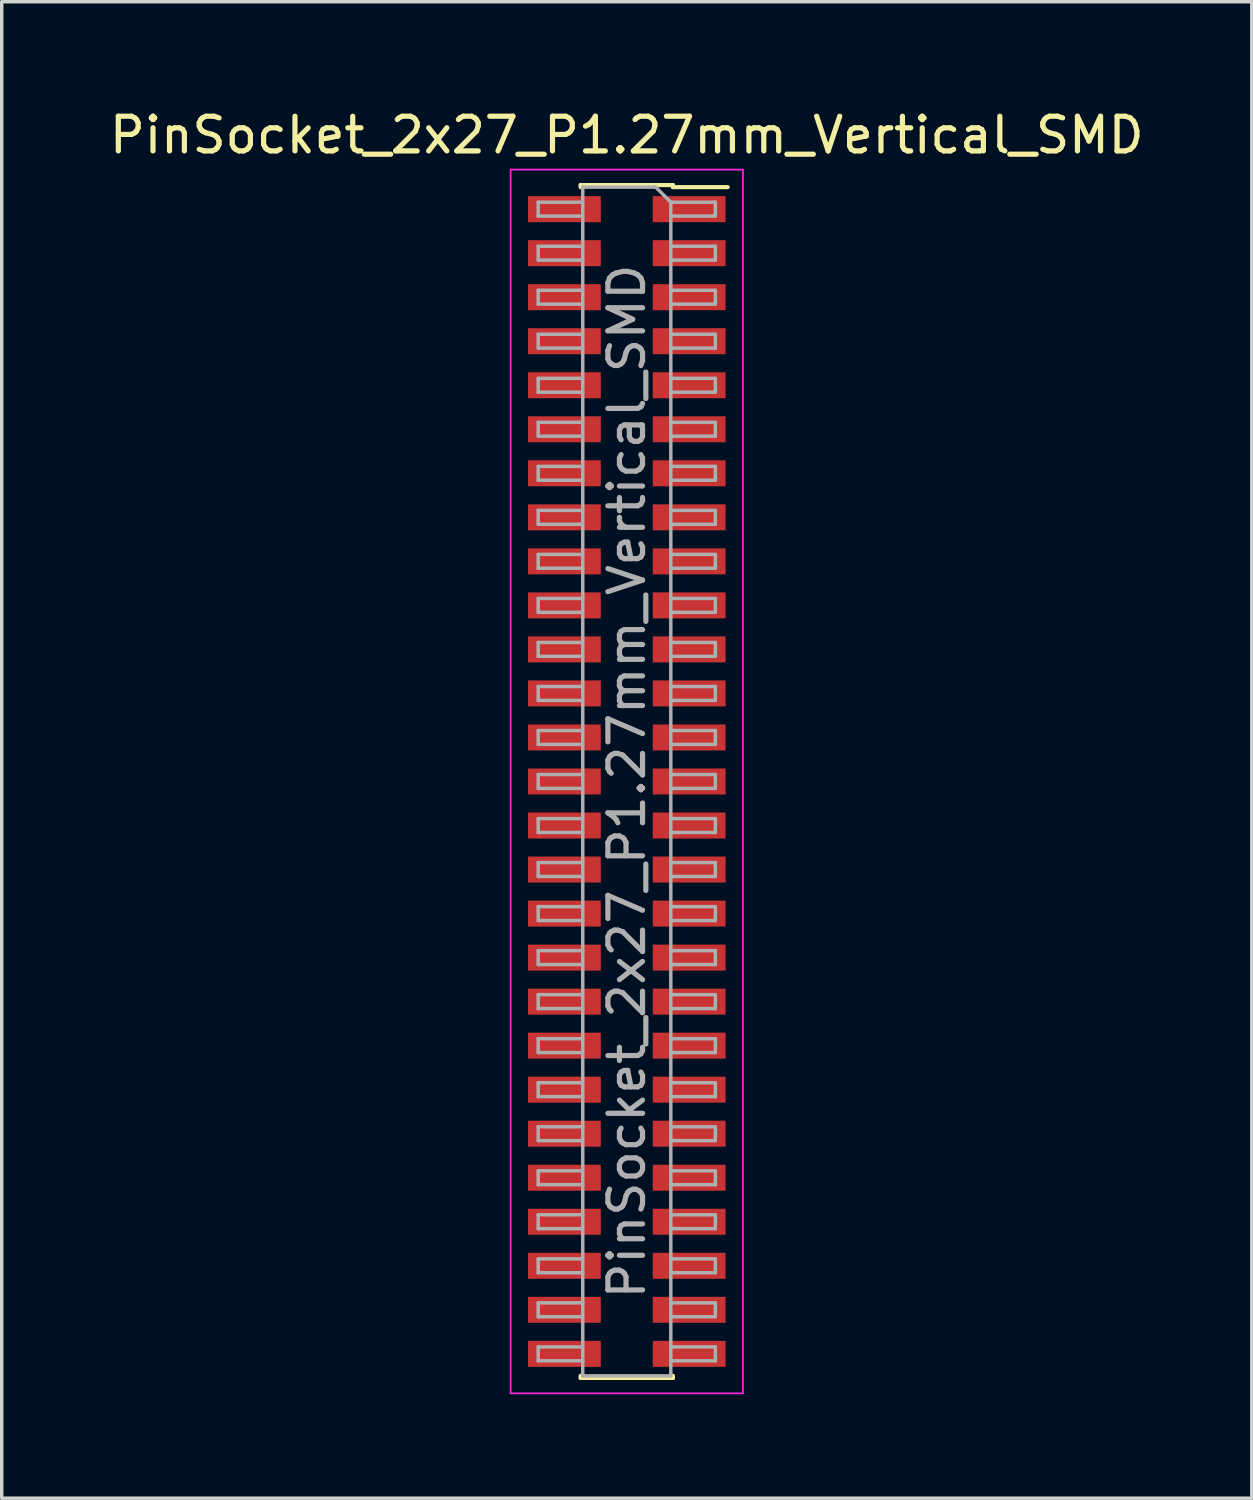
<source format=kicad_pcb>
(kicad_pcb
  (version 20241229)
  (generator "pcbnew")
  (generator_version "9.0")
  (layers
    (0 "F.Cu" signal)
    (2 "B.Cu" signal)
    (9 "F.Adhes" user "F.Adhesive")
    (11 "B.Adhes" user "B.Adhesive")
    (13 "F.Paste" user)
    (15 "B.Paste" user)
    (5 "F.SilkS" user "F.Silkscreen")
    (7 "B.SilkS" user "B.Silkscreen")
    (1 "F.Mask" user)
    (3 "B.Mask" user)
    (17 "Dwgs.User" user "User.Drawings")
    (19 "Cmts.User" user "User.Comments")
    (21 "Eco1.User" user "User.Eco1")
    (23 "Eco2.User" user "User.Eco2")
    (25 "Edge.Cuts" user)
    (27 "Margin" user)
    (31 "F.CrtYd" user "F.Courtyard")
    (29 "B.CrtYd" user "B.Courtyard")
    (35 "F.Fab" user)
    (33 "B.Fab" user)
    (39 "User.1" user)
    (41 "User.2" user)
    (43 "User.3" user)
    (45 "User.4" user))
  (footprint "PinSocket_2x27_P1.27mm_Vertical_SMD"
    (layer "F.Cu")
    (at 15.03 19.493)
    (property "Reference" "PinSocket_2x27_P1.27mm_Vertical_SMD" (at 0 -18.645 0) (layer "F.SilkS") (effects (font (size 1 1) (thickness 0.15))))
    (attr smd)
    (fp_line (start -1.33 -17.205) (end 1.33 -17.205) (stroke (width 0.12) (type solid)) (layer "F.SilkS"))
    (fp_line (start -1.33 -17.145) (end -1.33 -17.205) (stroke (width 0.12) (type solid)) (layer "F.SilkS"))
    (fp_line (start -1.33 17.205) (end -1.33 17.145) (stroke (width 0.12) (type solid)) (layer "F.SilkS"))
    (fp_line (start 1.33 -17.205) (end 1.33 -17.145) (stroke (width 0.12) (type solid)) (layer "F.SilkS"))
    (fp_line (start 1.33 -17.145) (end 2.91 -17.145) (stroke (width 0.12) (type solid)) (layer "F.SilkS"))
    (fp_line (start 1.33 17.145) (end 1.33 17.205) (stroke (width 0.12) (type solid)) (layer "F.SilkS"))
    (fp_line (start 1.33 17.205) (end -1.33 17.205) (stroke (width 0.12) (type solid)) (layer "F.SilkS"))
    (fp_line (start -3.35 -17.65) (end 3.35 -17.65) (stroke (width 0.05) (type solid)) (layer "F.CrtYd"))
    (fp_line (start -3.35 17.65) (end -3.35 -17.65) (stroke (width 0.05) (type solid)) (layer "F.CrtYd"))
    (fp_line (start 3.35 -17.65) (end 3.35 17.65) (stroke (width 0.05) (type solid)) (layer "F.CrtYd"))
    (fp_line (start 3.35 17.65) (end -3.35 17.65) (stroke (width 0.05) (type solid)) (layer "F.CrtYd"))
    (fp_line (start -2.555 -16.71) (end -1.27 -16.71) (stroke (width 0.1) (type solid)) (layer "F.Fab"))
    (fp_line (start -2.555 -16.31) (end -2.555 -16.71) (stroke (width 0.1) (type solid)) (layer "F.Fab"))
    (fp_line (start -2.555 -15.44) (end -1.27 -15.44) (stroke (width 0.1) (type solid)) (layer "F.Fab"))
    (fp_line (start -2.555 -15.04) (end -2.555 -15.44) (stroke (width 0.1) (type solid)) (layer "F.Fab"))
    (fp_line (start -2.555 -14.17) (end -1.27 -14.17) (stroke (width 0.1) (type solid)) (layer "F.Fab"))
    (fp_line (start -2.555 -13.77) (end -2.555 -14.17) (stroke (width 0.1) (type solid)) (layer "F.Fab"))
    (fp_line (start -2.555 -12.9) (end -1.27 -12.9) (stroke (width 0.1) (type solid)) (layer "F.Fab"))
    (fp_line (start -2.555 -12.5) (end -2.555 -12.9) (stroke (width 0.1) (type solid)) (layer "F.Fab"))
    (fp_line (start -2.555 -11.63) (end -1.27 -11.63) (stroke (width 0.1) (type solid)) (layer "F.Fab"))
    (fp_line (start -2.555 -11.23) (end -2.555 -11.63) (stroke (width 0.1) (type solid)) (layer "F.Fab"))
    (fp_line (start -2.555 -10.36) (end -1.27 -10.36) (stroke (width 0.1) (type solid)) (layer "F.Fab"))
    (fp_line (start -2.555 -9.96) (end -2.555 -10.36) (stroke (width 0.1) (type solid)) (layer "F.Fab"))
    (fp_line (start -2.555 -9.09) (end -1.27 -9.09) (stroke (width 0.1) (type solid)) (layer "F.Fab"))
    (fp_line (start -2.555 -8.69) (end -2.555 -9.09) (stroke (width 0.1) (type solid)) (layer "F.Fab"))
    (fp_line (start -2.555 -7.82) (end -1.27 -7.82) (stroke (width 0.1) (type solid)) (layer "F.Fab"))
    (fp_line (start -2.555 -7.42) (end -2.555 -7.82) (stroke (width 0.1) (type solid)) (layer "F.Fab"))
    (fp_line (start -2.555 -6.55) (end -1.27 -6.55) (stroke (width 0.1) (type solid)) (layer "F.Fab"))
    (fp_line (start -2.555 -6.15) (end -2.555 -6.55) (stroke (width 0.1) (type solid)) (layer "F.Fab"))
    (fp_line (start -2.555 -5.28) (end -1.27 -5.28) (stroke (width 0.1) (type solid)) (layer "F.Fab"))
    (fp_line (start -2.555 -4.88) (end -2.555 -5.28) (stroke (width 0.1) (type solid)) (layer "F.Fab"))
    (fp_line (start -2.555 -4.01) (end -1.27 -4.01) (stroke (width 0.1) (type solid)) (layer "F.Fab"))
    (fp_line (start -2.555 -3.61) (end -2.555 -4.01) (stroke (width 0.1) (type solid)) (layer "F.Fab"))
    (fp_line (start -2.555 -2.74) (end -1.27 -2.74) (stroke (width 0.1) (type solid)) (layer "F.Fab"))
    (fp_line (start -2.555 -2.34) (end -2.555 -2.74) (stroke (width 0.1) (type solid)) (layer "F.Fab"))
    (fp_line (start -2.555 -1.47) (end -1.27 -1.47) (stroke (width 0.1) (type solid)) (layer "F.Fab"))
    (fp_line (start -2.555 -1.07) (end -2.555 -1.47) (stroke (width 0.1) (type solid)) (layer "F.Fab"))
    (fp_line (start -2.555 -0.2) (end -1.27 -0.2) (stroke (width 0.1) (type solid)) (layer "F.Fab"))
    (fp_line (start -2.555 0.2) (end -2.555 -0.2) (stroke (width 0.1) (type solid)) (layer "F.Fab"))
    (fp_line (start -2.555 1.07) (end -1.27 1.07) (stroke (width 0.1) (type solid)) (layer "F.Fab"))
    (fp_line (start -2.555 1.47) (end -2.555 1.07) (stroke (width 0.1) (type solid)) (layer "F.Fab"))
    (fp_line (start -2.555 2.34) (end -1.27 2.34) (stroke (width 0.1) (type solid)) (layer "F.Fab"))
    (fp_line (start -2.555 2.74) (end -2.555 2.34) (stroke (width 0.1) (type solid)) (layer "F.Fab"))
    (fp_line (start -2.555 3.61) (end -1.27 3.61) (stroke (width 0.1) (type solid)) (layer "F.Fab"))
    (fp_line (start -2.555 4.01) (end -2.555 3.61) (stroke (width 0.1) (type solid)) (layer "F.Fab"))
    (fp_line (start -2.555 4.88) (end -1.27 4.88) (stroke (width 0.1) (type solid)) (layer "F.Fab"))
    (fp_line (start -2.555 5.28) (end -2.555 4.88) (stroke (width 0.1) (type solid)) (layer "F.Fab"))
    (fp_line (start -2.555 6.15) (end -1.27 6.15) (stroke (width 0.1) (type solid)) (layer "F.Fab"))
    (fp_line (start -2.555 6.55) (end -2.555 6.15) (stroke (width 0.1) (type solid)) (layer "F.Fab"))
    (fp_line (start -2.555 7.42) (end -1.27 7.42) (stroke (width 0.1) (type solid)) (layer "F.Fab"))
    (fp_line (start -2.555 7.82) (end -2.555 7.42) (stroke (width 0.1) (type solid)) (layer "F.Fab"))
    (fp_line (start -2.555 8.69) (end -1.27 8.69) (stroke (width 0.1) (type solid)) (layer "F.Fab"))
    (fp_line (start -2.555 9.09) (end -2.555 8.69) (stroke (width 0.1) (type solid)) (layer "F.Fab"))
    (fp_line (start -2.555 9.96) (end -1.27 9.96) (stroke (width 0.1) (type solid)) (layer "F.Fab"))
    (fp_line (start -2.555 10.36) (end -2.555 9.96) (stroke (width 0.1) (type solid)) (layer "F.Fab"))
    (fp_line (start -2.555 11.23) (end -1.27 11.23) (stroke (width 0.1) (type solid)) (layer "F.Fab"))
    (fp_line (start -2.555 11.63) (end -2.555 11.23) (stroke (width 0.1) (type solid)) (layer "F.Fab"))
    (fp_line (start -2.555 12.5) (end -1.27 12.5) (stroke (width 0.1) (type solid)) (layer "F.Fab"))
    (fp_line (start -2.555 12.9) (end -2.555 12.5) (stroke (width 0.1) (type solid)) (layer "F.Fab"))
    (fp_line (start -2.555 13.77) (end -1.27 13.77) (stroke (width 0.1) (type solid)) (layer "F.Fab"))
    (fp_line (start -2.555 14.17) (end -2.555 13.77) (stroke (width 0.1) (type solid)) (layer "F.Fab"))
    (fp_line (start -2.555 15.04) (end -1.27 15.04) (stroke (width 0.1) (type solid)) (layer "F.Fab"))
    (fp_line (start -2.555 15.44) (end -2.555 15.04) (stroke (width 0.1) (type solid)) (layer "F.Fab"))
    (fp_line (start -2.555 16.31) (end -1.27 16.31) (stroke (width 0.1) (type solid)) (layer "F.Fab"))
    (fp_line (start -2.555 16.71) (end -2.555 16.31) (stroke (width 0.1) (type solid)) (layer "F.Fab"))
    (fp_line (start -1.27 -17.145) (end 0.835 -17.145) (stroke (width 0.1) (type solid)) (layer "F.Fab"))
    (fp_line (start -1.27 -16.31) (end -2.555 -16.31) (stroke (width 0.1) (type solid)) (layer "F.Fab"))
    (fp_line (start -1.27 -15.04) (end -2.555 -15.04) (stroke (width 0.1) (type solid)) (layer "F.Fab"))
    (fp_line (start -1.27 -13.77) (end -2.555 -13.77) (stroke (width 0.1) (type solid)) (layer "F.Fab"))
    (fp_line (start -1.27 -12.5) (end -2.555 -12.5) (stroke (width 0.1) (type solid)) (layer "F.Fab"))
    (fp_line (start -1.27 -11.23) (end -2.555 -11.23) (stroke (width 0.1) (type solid)) (layer "F.Fab"))
    (fp_line (start -1.27 -9.96) (end -2.555 -9.96) (stroke (width 0.1) (type solid)) (layer "F.Fab"))
    (fp_line (start -1.27 -8.69) (end -2.555 -8.69) (stroke (width 0.1) (type solid)) (layer "F.Fab"))
    (fp_line (start -1.27 -7.42) (end -2.555 -7.42) (stroke (width 0.1) (type solid)) (layer "F.Fab"))
    (fp_line (start -1.27 -6.15) (end -2.555 -6.15) (stroke (width 0.1) (type solid)) (layer "F.Fab"))
    (fp_line (start -1.27 -4.88) (end -2.555 -4.88) (stroke (width 0.1) (type solid)) (layer "F.Fab"))
    (fp_line (start -1.27 -3.61) (end -2.555 -3.61) (stroke (width 0.1) (type solid)) (layer "F.Fab"))
    (fp_line (start -1.27 -2.34) (end -2.555 -2.34) (stroke (width 0.1) (type solid)) (layer "F.Fab"))
    (fp_line (start -1.27 -1.07) (end -2.555 -1.07) (stroke (width 0.1) (type solid)) (layer "F.Fab"))
    (fp_line (start -1.27 0.2) (end -2.555 0.2) (stroke (width 0.1) (type solid)) (layer "F.Fab"))
    (fp_line (start -1.27 1.47) (end -2.555 1.47) (stroke (width 0.1) (type solid)) (layer "F.Fab"))
    (fp_line (start -1.27 2.74) (end -2.555 2.74) (stroke (width 0.1) (type solid)) (layer "F.Fab"))
    (fp_line (start -1.27 4.01) (end -2.555 4.01) (stroke (width 0.1) (type solid)) (layer "F.Fab"))
    (fp_line (start -1.27 5.28) (end -2.555 5.28) (stroke (width 0.1) (type solid)) (layer "F.Fab"))
    (fp_line (start -1.27 6.55) (end -2.555 6.55) (stroke (width 0.1) (type solid)) (layer "F.Fab"))
    (fp_line (start -1.27 7.82) (end -2.555 7.82) (stroke (width 0.1) (type solid)) (layer "F.Fab"))
    (fp_line (start -1.27 9.09) (end -2.555 9.09) (stroke (width 0.1) (type solid)) (layer "F.Fab"))
    (fp_line (start -1.27 10.36) (end -2.555 10.36) (stroke (width 0.1) (type solid)) (layer "F.Fab"))
    (fp_line (start -1.27 11.63) (end -2.555 11.63) (stroke (width 0.1) (type solid)) (layer "F.Fab"))
    (fp_line (start -1.27 12.9) (end -2.555 12.9) (stroke (width 0.1) (type solid)) (layer "F.Fab"))
    (fp_line (start -1.27 14.17) (end -2.555 14.17) (stroke (width 0.1) (type solid)) (layer "F.Fab"))
    (fp_line (start -1.27 15.44) (end -2.555 15.44) (stroke (width 0.1) (type solid)) (layer "F.Fab"))
    (fp_line (start -1.27 16.71) (end -2.555 16.71) (stroke (width 0.1) (type solid)) (layer "F.Fab"))
    (fp_line (start -1.27 17.145) (end -1.27 -17.145) (stroke (width 0.1) (type solid)) (layer "F.Fab"))
    (fp_line (start 0.835 -17.145) (end 1.27 -16.71) (stroke (width 0.1) (type solid)) (layer "F.Fab"))
    (fp_line (start 1.27 -16.71) (end 1.27 17.145) (stroke (width 0.1) (type solid)) (layer "F.Fab"))
    (fp_line (start 1.27 -16.71) (end 2.555 -16.71) (stroke (width 0.1) (type solid)) (layer "F.Fab"))
    (fp_line (start 1.27 -15.44) (end 2.555 -15.44) (stroke (width 0.1) (type solid)) (layer "F.Fab"))
    (fp_line (start 1.27 -14.17) (end 2.555 -14.17) (stroke (width 0.1) (type solid)) (layer "F.Fab"))
    (fp_line (start 1.27 -12.9) (end 2.555 -12.9) (stroke (width 0.1) (type solid)) (layer "F.Fab"))
    (fp_line (start 1.27 -11.63) (end 2.555 -11.63) (stroke (width 0.1) (type solid)) (layer "F.Fab"))
    (fp_line (start 1.27 -10.36) (end 2.555 -10.36) (stroke (width 0.1) (type solid)) (layer "F.Fab"))
    (fp_line (start 1.27 -9.09) (end 2.555 -9.09) (stroke (width 0.1) (type solid)) (layer "F.Fab"))
    (fp_line (start 1.27 -7.82) (end 2.555 -7.82) (stroke (width 0.1) (type solid)) (layer "F.Fab"))
    (fp_line (start 1.27 -6.55) (end 2.555 -6.55) (stroke (width 0.1) (type solid)) (layer "F.Fab"))
    (fp_line (start 1.27 -5.28) (end 2.555 -5.28) (stroke (width 0.1) (type solid)) (layer "F.Fab"))
    (fp_line (start 1.27 -4.01) (end 2.555 -4.01) (stroke (width 0.1) (type solid)) (layer "F.Fab"))
    (fp_line (start 1.27 -2.74) (end 2.555 -2.74) (stroke (width 0.1) (type solid)) (layer "F.Fab"))
    (fp_line (start 1.27 -1.47) (end 2.555 -1.47) (stroke (width 0.1) (type solid)) (layer "F.Fab"))
    (fp_line (start 1.27 -0.2) (end 2.555 -0.2) (stroke (width 0.1) (type solid)) (layer "F.Fab"))
    (fp_line (start 1.27 1.07) (end 2.555 1.07) (stroke (width 0.1) (type solid)) (layer "F.Fab"))
    (fp_line (start 1.27 2.34) (end 2.555 2.34) (stroke (width 0.1) (type solid)) (layer "F.Fab"))
    (fp_line (start 1.27 3.61) (end 2.555 3.61) (stroke (width 0.1) (type solid)) (layer "F.Fab"))
    (fp_line (start 1.27 4.88) (end 2.555 4.88) (stroke (width 0.1) (type solid)) (layer "F.Fab"))
    (fp_line (start 1.27 6.15) (end 2.555 6.15) (stroke (width 0.1) (type solid)) (layer "F.Fab"))
    (fp_line (start 1.27 7.42) (end 2.555 7.42) (stroke (width 0.1) (type solid)) (layer "F.Fab"))
    (fp_line (start 1.27 8.69) (end 2.555 8.69) (stroke (width 0.1) (type solid)) (layer "F.Fab"))
    (fp_line (start 1.27 9.96) (end 2.555 9.96) (stroke (width 0.1) (type solid)) (layer "F.Fab"))
    (fp_line (start 1.27 11.23) (end 2.555 11.23) (stroke (width 0.1) (type solid)) (layer "F.Fab"))
    (fp_line (start 1.27 12.5) (end 2.555 12.5) (stroke (width 0.1) (type solid)) (layer "F.Fab"))
    (fp_line (start 1.27 13.77) (end 2.555 13.77) (stroke (width 0.1) (type solid)) (layer "F.Fab"))
    (fp_line (start 1.27 15.04) (end 2.555 15.04) (stroke (width 0.1) (type solid)) (layer "F.Fab"))
    (fp_line (start 1.27 16.31) (end 2.555 16.31) (stroke (width 0.1) (type solid)) (layer "F.Fab"))
    (fp_line (start 1.27 17.145) (end -1.27 17.145) (stroke (width 0.1) (type solid)) (layer "F.Fab"))
    (fp_line (start 2.555 -16.71) (end 2.555 -16.31) (stroke (width 0.1) (type solid)) (layer "F.Fab"))
    (fp_line (start 2.555 -16.31) (end 1.27 -16.31) (stroke (width 0.1) (type solid)) (layer "F.Fab"))
    (fp_line (start 2.555 -15.44) (end 2.555 -15.04) (stroke (width 0.1) (type solid)) (layer "F.Fab"))
    (fp_line (start 2.555 -15.04) (end 1.27 -15.04) (stroke (width 0.1) (type solid)) (layer "F.Fab"))
    (fp_line (start 2.555 -14.17) (end 2.555 -13.77) (stroke (width 0.1) (type solid)) (layer "F.Fab"))
    (fp_line (start 2.555 -13.77) (end 1.27 -13.77) (stroke (width 0.1) (type solid)) (layer "F.Fab"))
    (fp_line (start 2.555 -12.9) (end 2.555 -12.5) (stroke (width 0.1) (type solid)) (layer "F.Fab"))
    (fp_line (start 2.555 -12.5) (end 1.27 -12.5) (stroke (width 0.1) (type solid)) (layer "F.Fab"))
    (fp_line (start 2.555 -11.63) (end 2.555 -11.23) (stroke (width 0.1) (type solid)) (layer "F.Fab"))
    (fp_line (start 2.555 -11.23) (end 1.27 -11.23) (stroke (width 0.1) (type solid)) (layer "F.Fab"))
    (fp_line (start 2.555 -10.36) (end 2.555 -9.96) (stroke (width 0.1) (type solid)) (layer "F.Fab"))
    (fp_line (start 2.555 -9.96) (end 1.27 -9.96) (stroke (width 0.1) (type solid)) (layer "F.Fab"))
    (fp_line (start 2.555 -9.09) (end 2.555 -8.69) (stroke (width 0.1) (type solid)) (layer "F.Fab"))
    (fp_line (start 2.555 -8.69) (end 1.27 -8.69) (stroke (width 0.1) (type solid)) (layer "F.Fab"))
    (fp_line (start 2.555 -7.82) (end 2.555 -7.42) (stroke (width 0.1) (type solid)) (layer "F.Fab"))
    (fp_line (start 2.555 -7.42) (end 1.27 -7.42) (stroke (width 0.1) (type solid)) (layer "F.Fab"))
    (fp_line (start 2.555 -6.55) (end 2.555 -6.15) (stroke (width 0.1) (type solid)) (layer "F.Fab"))
    (fp_line (start 2.555 -6.15) (end 1.27 -6.15) (stroke (width 0.1) (type solid)) (layer "F.Fab"))
    (fp_line (start 2.555 -5.28) (end 2.555 -4.88) (stroke (width 0.1) (type solid)) (layer "F.Fab"))
    (fp_line (start 2.555 -4.88) (end 1.27 -4.88) (stroke (width 0.1) (type solid)) (layer "F.Fab"))
    (fp_line (start 2.555 -4.01) (end 2.555 -3.61) (stroke (width 0.1) (type solid)) (layer "F.Fab"))
    (fp_line (start 2.555 -3.61) (end 1.27 -3.61) (stroke (width 0.1) (type solid)) (layer "F.Fab"))
    (fp_line (start 2.555 -2.74) (end 2.555 -2.34) (stroke (width 0.1) (type solid)) (layer "F.Fab"))
    (fp_line (start 2.555 -2.34) (end 1.27 -2.34) (stroke (width 0.1) (type solid)) (layer "F.Fab"))
    (fp_line (start 2.555 -1.47) (end 2.555 -1.07) (stroke (width 0.1) (type solid)) (layer "F.Fab"))
    (fp_line (start 2.555 -1.07) (end 1.27 -1.07) (stroke (width 0.1) (type solid)) (layer "F.Fab"))
    (fp_line (start 2.555 -0.2) (end 2.555 0.2) (stroke (width 0.1) (type solid)) (layer "F.Fab"))
    (fp_line (start 2.555 0.2) (end 1.27 0.2) (stroke (width 0.1) (type solid)) (layer "F.Fab"))
    (fp_line (start 2.555 1.07) (end 2.555 1.47) (stroke (width 0.1) (type solid)) (layer "F.Fab"))
    (fp_line (start 2.555 1.47) (end 1.27 1.47) (stroke (width 0.1) (type solid)) (layer "F.Fab"))
    (fp_line (start 2.555 2.34) (end 2.555 2.74) (stroke (width 0.1) (type solid)) (layer "F.Fab"))
    (fp_line (start 2.555 2.74) (end 1.27 2.74) (stroke (width 0.1) (type solid)) (layer "F.Fab"))
    (fp_line (start 2.555 3.61) (end 2.555 4.01) (stroke (width 0.1) (type solid)) (layer "F.Fab"))
    (fp_line (start 2.555 4.01) (end 1.27 4.01) (stroke (width 0.1) (type solid)) (layer "F.Fab"))
    (fp_line (start 2.555 4.88) (end 2.555 5.28) (stroke (width 0.1) (type solid)) (layer "F.Fab"))
    (fp_line (start 2.555 5.28) (end 1.27 5.28) (stroke (width 0.1) (type solid)) (layer "F.Fab"))
    (fp_line (start 2.555 6.15) (end 2.555 6.55) (stroke (width 0.1) (type solid)) (layer "F.Fab"))
    (fp_line (start 2.555 6.55) (end 1.27 6.55) (stroke (width 0.1) (type solid)) (layer "F.Fab"))
    (fp_line (start 2.555 7.42) (end 2.555 7.82) (stroke (width 0.1) (type solid)) (layer "F.Fab"))
    (fp_line (start 2.555 7.82) (end 1.27 7.82) (stroke (width 0.1) (type solid)) (layer "F.Fab"))
    (fp_line (start 2.555 8.69) (end 2.555 9.09) (stroke (width 0.1) (type solid)) (layer "F.Fab"))
    (fp_line (start 2.555 9.09) (end 1.27 9.09) (stroke (width 0.1) (type solid)) (layer "F.Fab"))
    (fp_line (start 2.555 9.96) (end 2.555 10.36) (stroke (width 0.1) (type solid)) (layer "F.Fab"))
    (fp_line (start 2.555 10.36) (end 1.27 10.36) (stroke (width 0.1) (type solid)) (layer "F.Fab"))
    (fp_line (start 2.555 11.23) (end 2.555 11.63) (stroke (width 0.1) (type solid)) (layer "F.Fab"))
    (fp_line (start 2.555 11.63) (end 1.27 11.63) (stroke (width 0.1) (type solid)) (layer "F.Fab"))
    (fp_line (start 2.555 12.5) (end 2.555 12.9) (stroke (width 0.1) (type solid)) (layer "F.Fab"))
    (fp_line (start 2.555 12.9) (end 1.27 12.9) (stroke (width 0.1) (type solid)) (layer "F.Fab"))
    (fp_line (start 2.555 13.77) (end 2.555 14.17) (stroke (width 0.1) (type solid)) (layer "F.Fab"))
    (fp_line (start 2.555 14.17) (end 1.27 14.17) (stroke (width 0.1) (type solid)) (layer "F.Fab"))
    (fp_line (start 2.555 15.04) (end 2.555 15.44) (stroke (width 0.1) (type solid)) (layer "F.Fab"))
    (fp_line (start 2.555 15.44) (end 1.27 15.44) (stroke (width 0.1) (type solid)) (layer "F.Fab"))
    (fp_line (start 2.555 16.31) (end 2.555 16.71) (stroke (width 0.1) (type solid)) (layer "F.Fab"))
    (fp_line (start 2.555 16.71) (end 1.27 16.71) (stroke (width 0.1) (type solid)) (layer "F.Fab"))
    (fp_text user "${REFERENCE}" (at 0 0 90) (layer "F.Fab") (effects (font (size 1 1) (thickness 0.15))))
    (pad "1" smd rect (at 1.8 -16.51) (size 2.1 0.75) (layers "F.Cu" "F.Mask" "F.Paste"))
    (pad "2" smd rect (at -1.8 -16.51) (size 2.1 0.75) (layers "F.Cu" "F.Mask" "F.Paste"))
    (pad "3" smd rect (at 1.8 -15.24) (size 2.1 0.75) (layers "F.Cu" "F.Mask" "F.Paste"))
    (pad "4" smd rect (at -1.8 -15.24) (size 2.1 0.75) (layers "F.Cu" "F.Mask" "F.Paste"))
    (pad "5" smd rect (at 1.8 -13.97) (size 2.1 0.75) (layers "F.Cu" "F.Mask" "F.Paste"))
    (pad "6" smd rect (at -1.8 -13.97) (size 2.1 0.75) (layers "F.Cu" "F.Mask" "F.Paste"))
    (pad "7" smd rect (at 1.8 -12.7) (size 2.1 0.75) (layers "F.Cu" "F.Mask" "F.Paste"))
    (pad "8" smd rect (at -1.8 -12.7) (size 2.1 0.75) (layers "F.Cu" "F.Mask" "F.Paste"))
    (pad "9" smd rect (at 1.8 -11.43) (size 2.1 0.75) (layers "F.Cu" "F.Mask" "F.Paste"))
    (pad "10" smd rect (at -1.8 -11.43) (size 2.1 0.75) (layers "F.Cu" "F.Mask" "F.Paste"))
    (pad "11" smd rect (at 1.8 -10.16) (size 2.1 0.75) (layers "F.Cu" "F.Mask" "F.Paste"))
    (pad "12" smd rect (at -1.8 -10.16) (size 2.1 0.75) (layers "F.Cu" "F.Mask" "F.Paste"))
    (pad "13" smd rect (at 1.8 -8.89) (size 2.1 0.75) (layers "F.Cu" "F.Mask" "F.Paste"))
    (pad "14" smd rect (at -1.8 -8.89) (size 2.1 0.75) (layers "F.Cu" "F.Mask" "F.Paste"))
    (pad "15" smd rect (at 1.8 -7.62) (size 2.1 0.75) (layers "F.Cu" "F.Mask" "F.Paste"))
    (pad "16" smd rect (at -1.8 -7.62) (size 2.1 0.75) (layers "F.Cu" "F.Mask" "F.Paste"))
    (pad "17" smd rect (at 1.8 -6.35) (size 2.1 0.75) (layers "F.Cu" "F.Mask" "F.Paste"))
    (pad "18" smd rect (at -1.8 -6.35) (size 2.1 0.75) (layers "F.Cu" "F.Mask" "F.Paste"))
    (pad "19" smd rect (at 1.8 -5.08) (size 2.1 0.75) (layers "F.Cu" "F.Mask" "F.Paste"))
    (pad "20" smd rect (at -1.8 -5.08) (size 2.1 0.75) (layers "F.Cu" "F.Mask" "F.Paste"))
    (pad "21" smd rect (at 1.8 -3.81) (size 2.1 0.75) (layers "F.Cu" "F.Mask" "F.Paste"))
    (pad "22" smd rect (at -1.8 -3.81) (size 2.1 0.75) (layers "F.Cu" "F.Mask" "F.Paste"))
    (pad "23" smd rect (at 1.8 -2.54) (size 2.1 0.75) (layers "F.Cu" "F.Mask" "F.Paste"))
    (pad "24" smd rect (at -1.8 -2.54) (size 2.1 0.75) (layers "F.Cu" "F.Mask" "F.Paste"))
    (pad "25" smd rect (at 1.8 -1.27) (size 2.1 0.75) (layers "F.Cu" "F.Mask" "F.Paste"))
    (pad "26" smd rect (at -1.8 -1.27) (size 2.1 0.75) (layers "F.Cu" "F.Mask" "F.Paste"))
    (pad "27" smd rect (at 1.8 0) (size 2.1 0.75) (layers "F.Cu" "F.Mask" "F.Paste"))
    (pad "28" smd rect (at -1.8 0) (size 2.1 0.75) (layers "F.Cu" "F.Mask" "F.Paste"))
    (pad "29" smd rect (at 1.8 1.27) (size 2.1 0.75) (layers "F.Cu" "F.Mask" "F.Paste"))
    (pad "30" smd rect (at -1.8 1.27) (size 2.1 0.75) (layers "F.Cu" "F.Mask" "F.Paste"))
    (pad "31" smd rect (at 1.8 2.54) (size 2.1 0.75) (layers "F.Cu" "F.Mask" "F.Paste"))
    (pad "32" smd rect (at -1.8 2.54) (size 2.1 0.75) (layers "F.Cu" "F.Mask" "F.Paste"))
    (pad "33" smd rect (at 1.8 3.81) (size 2.1 0.75) (layers "F.Cu" "F.Mask" "F.Paste"))
    (pad "34" smd rect (at -1.8 3.81) (size 2.1 0.75) (layers "F.Cu" "F.Mask" "F.Paste"))
    (pad "35" smd rect (at 1.8 5.08) (size 2.1 0.75) (layers "F.Cu" "F.Mask" "F.Paste"))
    (pad "36" smd rect (at -1.8 5.08) (size 2.1 0.75) (layers "F.Cu" "F.Mask" "F.Paste"))
    (pad "37" smd rect (at 1.8 6.35) (size 2.1 0.75) (layers "F.Cu" "F.Mask" "F.Paste"))
    (pad "38" smd rect (at -1.8 6.35) (size 2.1 0.75) (layers "F.Cu" "F.Mask" "F.Paste"))
    (pad "39" smd rect (at 1.8 7.62) (size 2.1 0.75) (layers "F.Cu" "F.Mask" "F.Paste"))
    (pad "40" smd rect (at -1.8 7.62) (size 2.1 0.75) (layers "F.Cu" "F.Mask" "F.Paste"))
    (pad "41" smd rect (at 1.8 8.89) (size 2.1 0.75) (layers "F.Cu" "F.Mask" "F.Paste"))
    (pad "42" smd rect (at -1.8 8.89) (size 2.1 0.75) (layers "F.Cu" "F.Mask" "F.Paste"))
    (pad "43" smd rect (at 1.8 10.16) (size 2.1 0.75) (layers "F.Cu" "F.Mask" "F.Paste"))
    (pad "44" smd rect (at -1.8 10.16) (size 2.1 0.75) (layers "F.Cu" "F.Mask" "F.Paste"))
    (pad "45" smd rect (at 1.8 11.43) (size 2.1 0.75) (layers "F.Cu" "F.Mask" "F.Paste"))
    (pad "46" smd rect (at -1.8 11.43) (size 2.1 0.75) (layers "F.Cu" "F.Mask" "F.Paste"))
    (pad "47" smd rect (at 1.8 12.7) (size 2.1 0.75) (layers "F.Cu" "F.Mask" "F.Paste"))
    (pad "48" smd rect (at -1.8 12.7) (size 2.1 0.75) (layers "F.Cu" "F.Mask" "F.Paste"))
    (pad "49" smd rect (at 1.8 13.97) (size 2.1 0.75) (layers "F.Cu" "F.Mask" "F.Paste"))
    (pad "50" smd rect (at -1.8 13.97) (size 2.1 0.75) (layers "F.Cu" "F.Mask" "F.Paste"))
    (pad "51" smd rect (at 1.8 15.24) (size 2.1 0.75) (layers "F.Cu" "F.Mask" "F.Paste"))
    (pad "52" smd rect (at -1.8 15.24) (size 2.1 0.75) (layers "F.Cu" "F.Mask" "F.Paste"))
    (pad "53" smd rect (at 1.8 16.51) (size 2.1 0.75) (layers "F.Cu" "F.Mask" "F.Paste"))
    (pad "54" smd rect (at -1.8 16.51) (size 2.1 0.75) (layers "F.Cu" "F.Mask" "F.Paste")))
  (gr_rect
    (start -3 -3)
    (end 33.06 40.168)
    (stroke (width 0.1) (type default))
    (fill no)
    (layer "Edge.Cuts")))
</source>
